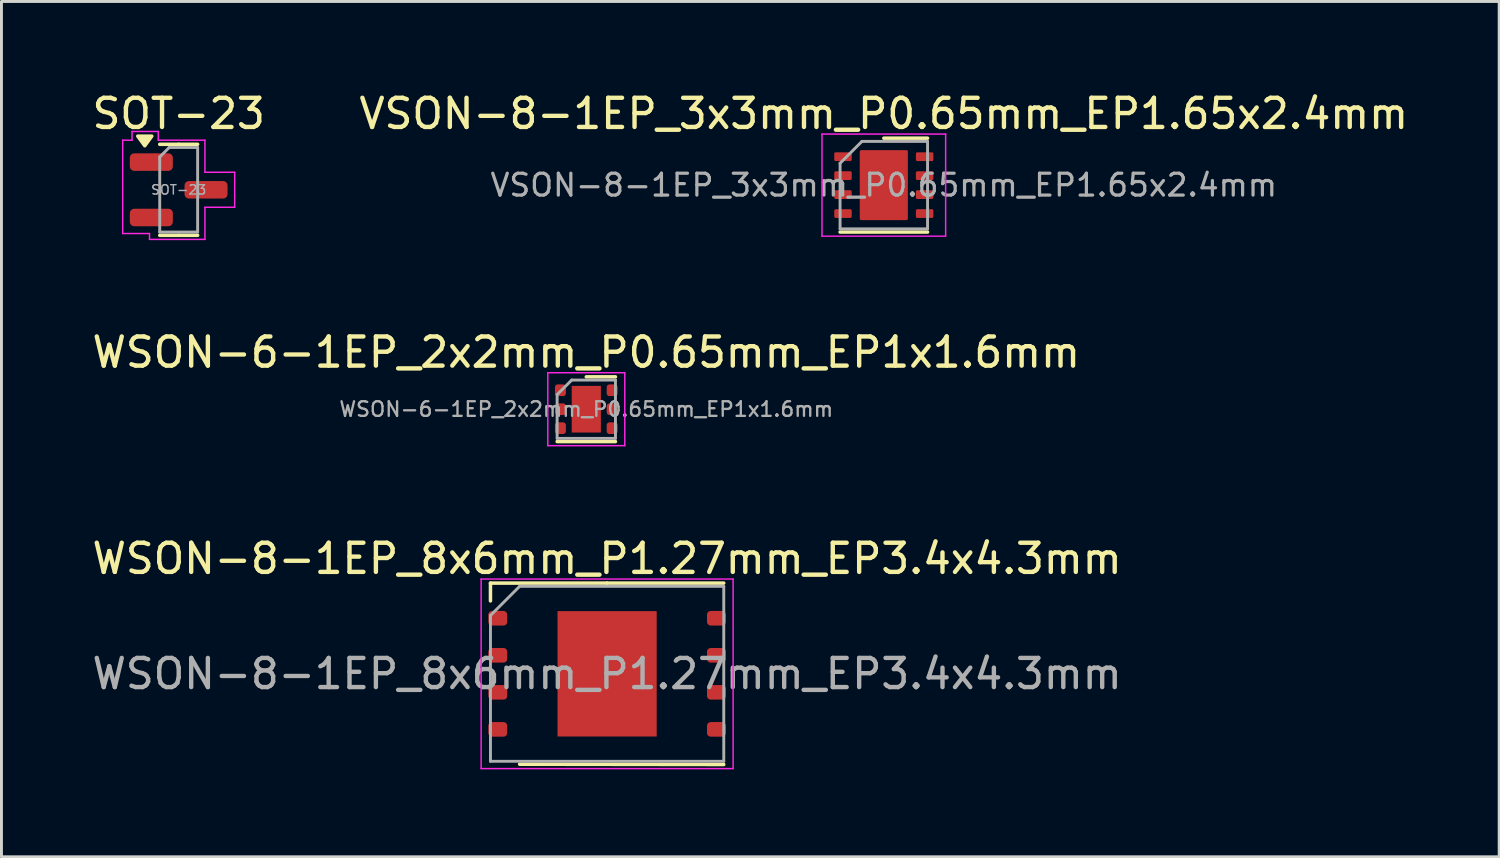
<source format=kicad_pcb>
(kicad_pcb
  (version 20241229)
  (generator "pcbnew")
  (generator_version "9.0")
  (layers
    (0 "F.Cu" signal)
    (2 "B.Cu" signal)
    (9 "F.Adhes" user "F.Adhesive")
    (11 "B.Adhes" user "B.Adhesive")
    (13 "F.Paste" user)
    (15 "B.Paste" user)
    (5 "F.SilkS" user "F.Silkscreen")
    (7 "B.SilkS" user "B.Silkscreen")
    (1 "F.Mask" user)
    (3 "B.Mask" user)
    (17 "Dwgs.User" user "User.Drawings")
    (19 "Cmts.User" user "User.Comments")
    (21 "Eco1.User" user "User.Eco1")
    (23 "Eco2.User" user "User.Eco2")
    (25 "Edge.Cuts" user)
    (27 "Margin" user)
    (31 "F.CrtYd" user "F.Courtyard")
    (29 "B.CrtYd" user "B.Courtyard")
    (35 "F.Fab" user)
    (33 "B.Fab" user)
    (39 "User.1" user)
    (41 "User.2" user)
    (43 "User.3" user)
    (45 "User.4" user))
  (footprint "WSON-6-1EP_2x2mm_P0.65mm_EP1x1.6mm"
    (layer "F.Cu")
    (at 17.054 10.982)
    (property "Reference" "WSON-6-1EP_2x2mm_P0.65mm_EP1x1.6mm" (at 0 -1.95 0) (layer "F.SilkS") (effects (font (size 1 1) (thickness 0.15))))
    (attr smd)
    (fp_line (start -1 1.11) (end 1 1.11) (stroke (width 0.12) (type solid)) (layer "F.SilkS"))
    (fp_line (start 0 -1.11) (end 1 -1.11) (stroke (width 0.12) (type solid)) (layer "F.SilkS"))
    (fp_line (start -1.32 -1.25) (end -1.32 1.25) (stroke (width 0.05) (type solid)) (layer "F.CrtYd"))
    (fp_line (start -1.32 1.25) (end 1.32 1.25) (stroke (width 0.05) (type solid)) (layer "F.CrtYd"))
    (fp_line (start 1.32 -1.25) (end -1.32 -1.25) (stroke (width 0.05) (type solid)) (layer "F.CrtYd"))
    (fp_line (start 1.32 1.25) (end 1.32 -1.25) (stroke (width 0.05) (type solid)) (layer "F.CrtYd"))
    (fp_line (start -1 -0.5) (end -0.5 -1) (stroke (width 0.1) (type solid)) (layer "F.Fab"))
    (fp_line (start -1 1) (end -1 -0.5) (stroke (width 0.1) (type solid)) (layer "F.Fab"))
    (fp_line (start -0.5 -1) (end 1 -1) (stroke (width 0.1) (type solid)) (layer "F.Fab"))
    (fp_line (start 1 -1) (end 1 1) (stroke (width 0.1) (type solid)) (layer "F.Fab"))
    (fp_line (start 1 1) (end -1 1) (stroke (width 0.1) (type solid)) (layer "F.Fab"))
    (fp_text user "${REFERENCE}" (at 0 0 0) (layer "F.Fab") (effects (font (size 0.5 0.5) (thickness 0.08))))
    (pad "" smd roundrect (at 0 -0.4) (size 0.81 0.64) (layers "F.Paste") (roundrect_rratio 0.25))
    (pad "" smd roundrect (at 0 0.4) (size 0.81 0.64) (layers "F.Paste") (roundrect_rratio 0.25))
    (pad "1" smd roundrect (at -0.887 -0.65) (size 0.375 0.4) (layers "F.Cu" "F.Mask" "F.Paste") (roundrect_rratio 0.25))
    (pad "2" smd roundrect (at -0.887 0) (size 0.375 0.4) (layers "F.Cu" "F.Mask" "F.Paste") (roundrect_rratio 0.25))
    (pad "3" smd roundrect (at -0.887 0.65) (size 0.375 0.4) (layers "F.Cu" "F.Mask" "F.Paste") (roundrect_rratio 0.25))
    (pad "4" smd roundrect (at 0.887 0.65) (size 0.375 0.4) (layers "F.Cu" "F.Mask" "F.Paste") (roundrect_rratio 0.25))
    (pad "5" smd roundrect (at 0.887 0) (size 0.375 0.4) (layers "F.Cu" "F.Mask" "F.Paste") (roundrect_rratio 0.25))
    (pad "6" smd roundrect (at 0.887 -0.65) (size 0.375 0.4) (layers "F.Cu" "F.Mask" "F.Paste") (roundrect_rratio 0.25))
    (pad "7" smd rect (at 0 0) (size 1 1.6) (layers "F.Cu" "F.Mask")))
  (footprint "VSON-8-1EP_3x3mm_P0.65mm_EP1.65x2.4mm"
    (layer "F.Cu")
    (at 27.256 3.298)
    (property "Reference" "VSON-8-1EP_3x3mm_P0.65mm_EP1.65x2.4mm" (at 0 -2.45 0) (layer "F.SilkS") (effects (font (size 1 1) (thickness 0.15))))
    (attr smd)
    (fp_line (start -1.5 1.61) (end 1.5 1.61) (stroke (width 0.12) (type solid)) (layer "F.SilkS"))
    (fp_line (start 0 -1.61) (end 1.5 -1.61) (stroke (width 0.12) (type solid)) (layer "F.SilkS"))
    (fp_line (start -2.12 -1.75) (end -2.12 1.75) (stroke (width 0.05) (type solid)) (layer "F.CrtYd"))
    (fp_line (start -2.12 1.75) (end 2.12 1.75) (stroke (width 0.05) (type solid)) (layer "F.CrtYd"))
    (fp_line (start 2.12 -1.75) (end -2.12 -1.75) (stroke (width 0.05) (type solid)) (layer "F.CrtYd"))
    (fp_line (start 2.12 1.75) (end 2.12 -1.75) (stroke (width 0.05) (type solid)) (layer "F.CrtYd"))
    (fp_line (start -1.5 -0.75) (end -0.75 -1.5) (stroke (width 0.1) (type solid)) (layer "F.Fab"))
    (fp_line (start -1.5 1.5) (end -1.5 -0.75) (stroke (width 0.1) (type solid)) (layer "F.Fab"))
    (fp_line (start -0.75 -1.5) (end 1.5 -1.5) (stroke (width 0.1) (type solid)) (layer "F.Fab"))
    (fp_line (start 1.5 -1.5) (end 1.5 1.5) (stroke (width 0.1) (type solid)) (layer "F.Fab"))
    (fp_line (start 1.5 1.5) (end -1.5 1.5) (stroke (width 0.1) (type solid)) (layer "F.Fab"))
    (fp_text user "${REFERENCE}" (at 0 0 0) (layer "F.Fab") (effects (font (size 0.75 0.75) (thickness 0.11))))
    (pad "" smd roundrect (at 0 -0.63) (size 1.47 1.06) (layers "F.Paste") (roundrect_rratio 0.038))
    (pad "" smd roundrect (at 0 0.63) (size 1.47 1.06) (layers "F.Paste") (roundrect_rratio 0.038))
    (pad "1" smd roundrect (at -1.4 -0.975) (size 0.6 0.3) (layers "F.Cu" "F.Mask" "F.Paste") (roundrect_rratio 0.167))
    (pad "2" smd roundrect (at -1.4 -0.325) (size 0.6 0.3) (layers "F.Cu" "F.Mask" "F.Paste") (roundrect_rratio 0.167))
    (pad "3" smd roundrect (at -1.4 0.325) (size 0.6 0.3) (layers "F.Cu" "F.Mask" "F.Paste") (roundrect_rratio 0.167))
    (pad "4" smd roundrect (at -1.4 0.975) (size 0.6 0.3) (layers "F.Cu" "F.Mask" "F.Paste") (roundrect_rratio 0.167))
    (pad "5" smd roundrect (at 1.4 0.975) (size 0.6 0.3) (layers "F.Cu" "F.Mask" "F.Paste") (roundrect_rratio 0.167))
    (pad "6" smd roundrect (at 1.4 0.325) (size 0.6 0.3) (layers "F.Cu" "F.Mask" "F.Paste") (roundrect_rratio 0.167))
    (pad "7" smd roundrect (at 1.4 -0.325) (size 0.6 0.3) (layers "F.Cu" "F.Mask" "F.Paste") (roundrect_rratio 0.167))
    (pad "8" smd roundrect (at 1.4 -0.975) (size 0.6 0.3) (layers "F.Cu" "F.Mask" "F.Paste") (roundrect_rratio 0.167))
    (pad "9" smd roundrect (at 0 0) (size 1.65 2.4) (layers "F.Cu" "F.Mask") (roundrect_rratio 0.03)))
  (footprint "SOT-23"
    (layer "F.Cu")
    (at 3.077 3.458)
    (property "Reference" "SOT-23" (at 0 -2.61 0) (layer "F.SilkS") (effects (font (size 1 1) (thickness 0.15))))
    (attr smd)
    (fp_line (start 0 -1.56) (end -0.65 -1.56) (stroke (width 0.12) (type solid)) (layer "F.SilkS"))
    (fp_line (start 0 -1.56) (end 0.65 -1.56) (stroke (width 0.12) (type solid)) (layer "F.SilkS"))
    (fp_line (start 0 1.56) (end -0.65 1.56) (stroke (width 0.12) (type solid)) (layer "F.SilkS"))
    (fp_line (start 0 1.56) (end 0.65 1.56) (stroke (width 0.12) (type solid)) (layer "F.SilkS"))
    (fp_poly (pts (xy -1.163 -1.51) (xy -1.403 -1.84) (xy -0.922 -1.84) (xy -1.163 -1.51)) (stroke (width 0.12) (type solid)) (fill yes) (layer "F.SilkS"))
    (fp_line (start -1.92 -1.7) (end -1.92 1.5) (stroke (width 0.05) (type solid)) (layer "F.CrtYd"))
    (fp_line (start -1.6 -2) (end -1.6 -1.7) (stroke (width 0.05) (type solid)) (layer "F.CrtYd"))
    (fp_line (start -1.6 -2) (end -0.7 -2) (stroke (width 0.05) (type solid)) (layer "F.CrtYd"))
    (fp_line (start -1.6 -1.7) (end -1.92 -1.7) (stroke (width 0.05) (type solid)) (layer "F.CrtYd"))
    (fp_line (start -1 1.5) (end -1.92 1.5) (stroke (width 0.05) (type solid)) (layer "F.CrtYd"))
    (fp_line (start -1 1.5) (end -1 1.7) (stroke (width 0.05) (type solid)) (layer "F.CrtYd"))
    (fp_line (start -1 1.7) (end 0.9 1.7) (stroke (width 0.05) (type solid)) (layer "F.CrtYd"))
    (fp_line (start -0.7 -2) (end -0.7 -1.7) (stroke (width 0.05) (type solid)) (layer "F.CrtYd"))
    (fp_line (start 0.9 -1.7) (end -0.7 -1.7) (stroke (width 0.05) (type solid)) (layer "F.CrtYd"))
    (fp_line (start 0.9 -0.6) (end 0.9 -1.7) (stroke (width 0.05) (type solid)) (layer "F.CrtYd"))
    (fp_line (start 0.9 -0.6) (end 1.92 -0.6) (stroke (width 0.05) (type solid)) (layer "F.CrtYd"))
    (fp_line (start 0.9 0.6) (end 0.9 1.7) (stroke (width 0.05) (type solid)) (layer "F.CrtYd"))
    (fp_line (start 0.9 0.6) (end 1.92 0.6) (stroke (width 0.05) (type solid)) (layer "F.CrtYd"))
    (fp_line (start 1.92 0.6) (end 1.92 -0.6) (stroke (width 0.05) (type solid)) (layer "F.CrtYd"))
    (fp_line (start -0.65 -1.125) (end -0.325 -1.45) (stroke (width 0.1) (type solid)) (layer "F.Fab"))
    (fp_line (start -0.65 1.45) (end -0.65 -1.125) (stroke (width 0.1) (type solid)) (layer "F.Fab"))
    (fp_line (start -0.325 -1.45) (end 0.65 -1.45) (stroke (width 0.1) (type solid)) (layer "F.Fab"))
    (fp_line (start 0.65 -1.45) (end 0.65 1.45) (stroke (width 0.1) (type solid)) (layer "F.Fab"))
    (fp_line (start 0.65 1.45) (end -0.65 1.45) (stroke (width 0.1) (type solid)) (layer "F.Fab"))
    (fp_text user "${REFERENCE}" (at 0 0 0) (layer "F.Fab") (effects (font (size 0.32 0.32) (thickness 0.05))))
    (pad "1" smd roundrect (at -0.938 -0.95) (size 1.475 0.6) (layers "F.Cu" "F.Mask" "F.Paste") (roundrect_rratio 0.25))
    (pad "2" smd roundrect (at -0.938 0.95) (size 1.475 0.6) (layers "F.Cu" "F.Mask" "F.Paste") (roundrect_rratio 0.25))
    (pad "3" smd roundrect (at 0.938 0) (size 1.475 0.6) (layers "F.Cu" "F.Mask" "F.Paste") (roundrect_rratio 0.25)))
  (footprint "WSON-8-1EP_8x6mm_P1.27mm_EP3.4x4.3mm"
    (layer "F.Cu")
    (at 17.768 20.055)
    (property "Reference" "WSON-8-1EP_8x6mm_P1.27mm_EP3.4x4.3mm" (at 0 -3.95 0) (layer "F.SilkS") (effects (font (size 1 1) (thickness 0.15))))
    (attr smd)
    (fp_line (start -4 -2.5) (end -4 -3.11) (stroke (width 0.12) (type solid)) (layer "F.SilkS"))
    (fp_line (start -3 3.1) (end 4 3.11) (stroke (width 0.12) (type solid)) (layer "F.SilkS"))
    (fp_line (start 0 -3.11) (end -4 -3.11) (stroke (width 0.12) (type solid)) (layer "F.SilkS"))
    (fp_line (start 0 -3.11) (end 4 -3.11) (stroke (width 0.12) (type solid)) (layer "F.SilkS"))
    (fp_line (start -4.32 -3.25) (end -4.32 3.25) (stroke (width 0.05) (type solid)) (layer "F.CrtYd"))
    (fp_line (start -4.32 3.25) (end 4.32 3.25) (stroke (width 0.05) (type solid)) (layer "F.CrtYd"))
    (fp_line (start 4.32 -3.25) (end -4.32 -3.25) (stroke (width 0.05) (type solid)) (layer "F.CrtYd"))
    (fp_line (start 4.32 3.25) (end 4.32 -3.25) (stroke (width 0.05) (type solid)) (layer "F.CrtYd"))
    (fp_line (start -4 -2) (end -3 -3) (stroke (width 0.1) (type solid)) (layer "F.Fab"))
    (fp_line (start -4 3) (end -4 -2) (stroke (width 0.1) (type solid)) (layer "F.Fab"))
    (fp_line (start -3 -3) (end 4 -3) (stroke (width 0.1) (type solid)) (layer "F.Fab"))
    (fp_line (start 4 -3) (end 4 3) (stroke (width 0.1) (type solid)) (layer "F.Fab"))
    (fp_line (start 4 3) (end -4 3) (stroke (width 0.1) (type solid)) (layer "F.Fab"))
    (fp_text user "${REFERENCE}" (at 0 0 0) (layer "F.Fab") (effects (font (size 1 1) (thickness 0.15))))
    (pad "" smd roundrect (at -0.85 -1.075) (size 1.37 1.73) (layers "F.Paste") (roundrect_rratio 0.182))
    (pad "" smd roundrect (at -0.85 1.075) (size 1.37 1.73) (layers "F.Paste") (roundrect_rratio 0.182))
    (pad "" smd roundrect (at 0.85 -1.075) (size 1.37 1.73) (layers "F.Paste") (roundrect_rratio 0.182))
    (pad "" smd roundrect (at 0.85 1.075) (size 1.37 1.73) (layers "F.Paste") (roundrect_rratio 0.182))
    (pad "1" smd roundrect (at -3.75 -1.905) (size 0.65 0.5) (layers "F.Cu" "F.Mask" "F.Paste") (roundrect_rratio 0.25))
    (pad "2" smd roundrect (at -3.75 -0.635) (size 0.65 0.5) (layers "F.Cu" "F.Mask" "F.Paste") (roundrect_rratio 0.25))
    (pad "3" smd roundrect (at -3.75 0.635) (size 0.65 0.5) (layers "F.Cu" "F.Mask" "F.Paste") (roundrect_rratio 0.25))
    (pad "4" smd roundrect (at -3.75 1.905) (size 0.65 0.5) (layers "F.Cu" "F.Mask" "F.Paste") (roundrect_rratio 0.25))
    (pad "5" smd roundrect (at 3.75 1.905) (size 0.65 0.5) (layers "F.Cu" "F.Mask" "F.Paste") (roundrect_rratio 0.25))
    (pad "6" smd roundrect (at 3.75 0.635) (size 0.65 0.5) (layers "F.Cu" "F.Mask" "F.Paste") (roundrect_rratio 0.25))
    (pad "7" smd roundrect (at 3.75 -0.635) (size 0.65 0.5) (layers "F.Cu" "F.Mask" "F.Paste") (roundrect_rratio 0.25))
    (pad "8" smd roundrect (at 3.75 -1.905) (size 0.65 0.5) (layers "F.Cu" "F.Mask" "F.Paste") (roundrect_rratio 0.25))
    (pad "9" smd rect (at 0 0) (size 3.4 4.3) (layers "F.Cu" "F.Mask")))
  (gr_rect
    (start -3 -3)
    (end 48.357 26.33)
    (stroke (width 0.1) (type default))
    (fill no)
    (layer "Edge.Cuts")))
</source>
